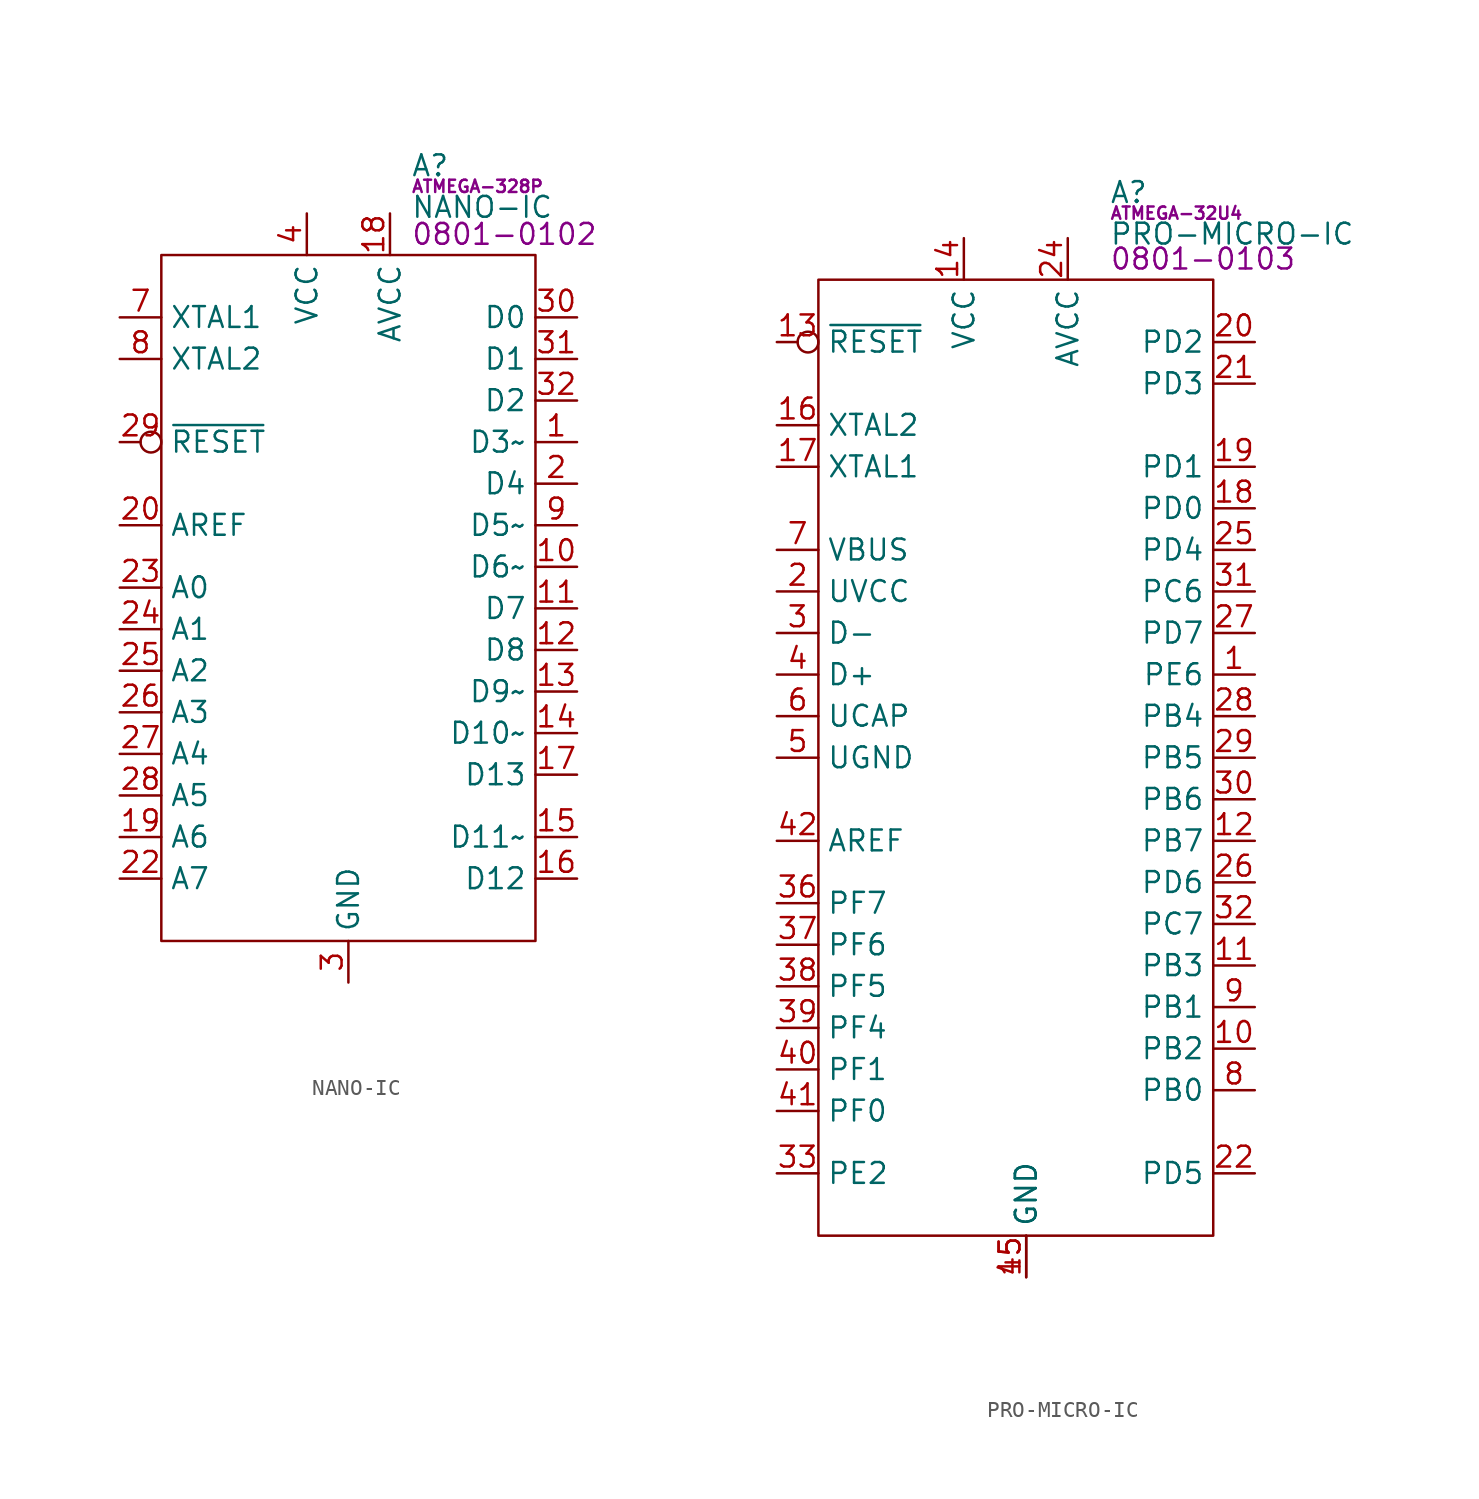
<source format=kicad_sym>
(kicad_symbol_lib
  (version 20211014)
  (generator kicad_symbol_editor)
  (symbol "NANO-IC"
    (property "Reference" "A"
      (at 15.24 5.461 0)
      (effects (font (size 1.27 1.27)) (justify left)))
    (property "Value" "NANO-IC"
      (at 15.24 2.921 0)
      (effects (font (size 1.27 1.27)) (justify left)))
    (property "IC" "ATMEGA-328P"
      (at 15.24 4.191 0)
      (effects (font (size 0.75 0.75)) (justify left)))
    (property "PartNumber" "0801-0102"
      (at 15.24 1.27 0)
      (effects (font (size 1.27 1.27)) (justify left)))
    (symbol "NANO-IC_0_0"
      (pin bidirectional line (at 25.4 -11.43 180) (length 2.54) (name "D3~" (effects (font (size 1.27 1.27)))) (number "1" (effects (font (size 1.27 1.27)))) (alternate "INT1" input line) (alternate "OC2B" bidirectional line) (alternate "PCINT19" input line) (alternate "PD3" bidirectional line))
      (pin bidirectional line (at 25.4 -19.05 180) (length 2.54) (name "D6~" (effects (font (size 1.27 1.27)))) (number "10" (effects (font (size 1.27 1.27)))) (alternate "AIN0" input line) (alternate "OC0A" input line) (alternate "PCINT22" input line) (alternate "PD6" bidirectional line))
      (pin bidirectional line (at 25.4 -21.59 180) (length 2.54) (name "D7" (effects (font (size 1.27 1.27)))) (number "11" (effects (font (size 1.27 1.27)))) (alternate "AIN1" input line) (alternate "PCINT23" input line) (alternate "PD7" bidirectional line))
      (pin bidirectional line (at 25.4 -24.13 180) (length 2.54) (name "D8" (effects (font (size 1.27 1.27)))) (number "12" (effects (font (size 1.27 1.27)))) (alternate "CLKO" bidirectional line) (alternate "ICP1" input line) (alternate "PB0" output line) (alternate "PCINT0" input line))
      (pin bidirectional line (at 25.4 -26.67 180) (length 2.54) (name "D9~" (effects (font (size 1.27 1.27)))) (number "13" (effects (font (size 1.27 1.27)))) (alternate "OC1A" input line) (alternate "PB1" bidirectional line) (alternate "PCINT1" input line))
      (pin bidirectional line (at 25.4 -29.21 180) (length 2.54) (name "D10~" (effects (font (size 1.27 1.27)))) (number "14" (effects (font (size 1.27 1.27)))) (alternate "OC1B" input line) (alternate "PB2" bidirectional line) (alternate "PCINT2" input line) (alternate "~{SS}" output line))
      (pin bidirectional line (at 25.4 -35.56 180) (length 2.54) (name "D11~" (effects (font (size 1.27 1.27)))) (number "15" (effects (font (size 1.27 1.27)))) (alternate "OC2A" input line) (alternate "PB3" bidirectional line) (alternate "PCINT3" input line) (alternate "SPI-COPI" output line))
      (pin bidirectional line (at 25.4 -38.1 180) (length 2.54) (name "D12" (effects (font (size 1.27 1.27)))) (number "16" (effects (font (size 1.27 1.27)))) (alternate "PB4" bidirectional line) (alternate "PCINT4" input line) (alternate "SPI-CIPO" input line))
      (pin bidirectional line (at 25.4 -31.75 180) (length 2.54) (name "D13" (effects (font (size 1.27 1.27)))) (number "17" (effects (font (size 1.27 1.27)))) (alternate "PB5" bidirectional line) (alternate "PCINT5" input line) (alternate "SPI-SCLK" output line))
      (pin power_in line (at 13.97 2.54 270) (length 2.54) (name "AVCC" (effects (font (size 1.27 1.27)))) (number "18" (effects (font (size 1.27 1.27)))))
      (pin input line (at -2.54 -35.56 0) (length 2.54) (name "A6" (effects (font (size 1.27 1.27)))) (number "19" (effects (font (size 1.27 1.27)))) (alternate "ADC6" input line))
      (pin bidirectional line (at 25.4 -13.97 180) (length 2.54) (name "D4" (effects (font (size 1.27 1.27)))) (number "2" (effects (font (size 1.27 1.27)))) (alternate "PCINT20" input line) (alternate "PD4" bidirectional line) (alternate "T0" bidirectional line) (alternate "XCK" input line))
      (pin input line (at -2.54 -16.51 0) (length 2.54) (name "AREF" (effects (font (size 1.27 1.27)))) (number "20" (effects (font (size 1.27 1.27)))))
      (pin power_in line (at 11.43 -44.45 90) (length 2.54) hide (name "GND" (effects (font (size 1.27 1.27)))) (number "21" (effects (font (size 1.27 1.27)))))
      (pin input line (at -2.54 -38.1 0) (length 2.54) (name "A7" (effects (font (size 1.27 1.27)))) (number "22" (effects (font (size 1.27 1.27)))) (alternate "ADC7" input line))
      (pin input line (at -2.54 -20.32 0) (length 2.54) (name "A0" (effects (font (size 1.27 1.27)))) (number "23" (effects (font (size 1.27 1.27)))) (alternate "D14" bidirectional line) (alternate "PC0" bidirectional line) (alternate "PCINT9" input line))
      (pin input line (at -2.54 -22.86 0) (length 2.54) (name "A1" (effects (font (size 1.27 1.27)))) (number "24" (effects (font (size 1.27 1.27)))) (alternate "D15" bidirectional line) (alternate "PC1" bidirectional line) (alternate "PCINT9" input line))
      (pin input line (at -2.54 -25.4 0) (length 2.54) (name "A2" (effects (font (size 1.27 1.27)))) (number "25" (effects (font (size 1.27 1.27)))) (alternate "D16" bidirectional line) (alternate "PC2" bidirectional line) (alternate "PCINT10" input line))
      (pin input line (at -2.54 -27.94 0) (length 2.54) (name "A3" (effects (font (size 1.27 1.27)))) (number "26" (effects (font (size 1.27 1.27)))) (alternate "D17" bidirectional line) (alternate "PC3" bidirectional line) (alternate "PCINT11" input line))
      (pin input line (at -2.54 -30.48 0) (length 2.54) (name "A4" (effects (font (size 1.27 1.27)))) (number "27" (effects (font (size 1.27 1.27)))) (alternate "D18" bidirectional line) (alternate "I2C-SDA" bidirectional line) (alternate "PC4" bidirectional line) (alternate "PCINT12" input line))
      (pin input line (at -2.54 -33.02 0) (length 2.54) (name "A5" (effects (font (size 1.27 1.27)))) (number "28" (effects (font (size 1.27 1.27)))) (alternate "D19" bidirectional line) (alternate "I2C-SCLK" input line) (alternate "PC5" bidirectional line) (alternate "PCINT13" input line))
      (pin input inverted (at -2.54 -11.43 0) (length 2.54) (name "~{RESET}" (effects (font (size 1.27 1.27)))) (number "29" (effects (font (size 1.27 1.27)))) (alternate "PC6" bidirectional line) (alternate "PCINT14" input line))
      (pin power_in line (at 11.43 -44.45 90) (length 2.54) (name "GND" (effects (font (size 1.27 1.27)))) (number "3" (effects (font (size 1.27 1.27)))))
      (pin bidirectional line (at 25.4 -3.81 180) (length 2.54) (name "D0" (effects (font (size 1.27 1.27)))) (number "30" (effects (font (size 1.27 1.27)))) (alternate "PCINT16" input line) (alternate "PD0" bidirectional line) (alternate "RXD" input line))
      (pin bidirectional line (at 25.4 -6.35 180) (length 2.54) (name "D1" (effects (font (size 1.27 1.27)))) (number "31" (effects (font (size 1.27 1.27)))) (alternate "PCINT17" input line) (alternate "PD1" bidirectional line) (alternate "TXD" output line))
      (pin bidirectional line (at 25.4 -8.89 180) (length 2.54) (name "D2" (effects (font (size 1.27 1.27)))) (number "32" (effects (font (size 1.27 1.27)))) (alternate "INT0" input line) (alternate "PCINT18" input line) (alternate "PD2" bidirectional line))
      (pin power_in line (at 8.89 2.54 270) (length 2.54) (name "VCC" (effects (font (size 1.27 1.27)))) (number "4" (effects (font (size 1.27 1.27)))))
      (pin power_in line (at 11.43 -44.45 90) (length 2.54) hide (name "GND" (effects (font (size 1.27 1.27)))) (number "5" (effects (font (size 1.27 1.27)))))
      (pin power_in line (at 8.89 2.54 270) (length 2.54) hide (name "VCC" (effects (font (size 1.27 1.27)))) (number "6" (effects (font (size 1.27 1.27)))))
      (pin input line (at -2.54 -3.81 0) (length 2.54) (name "XTAL1" (effects (font (size 1.27 1.27)))) (number "7" (effects (font (size 1.27 1.27)))))
      (pin input line (at -2.54 -6.35 0) (length 2.54) (name "XTAL2" (effects (font (size 1.27 1.27)))) (number "8" (effects (font (size 1.27 1.27)))))
      (pin bidirectional line (at 25.4 -16.51 180) (length 2.54) (name "D5~" (effects (font (size 1.27 1.27)))) (number "9" (effects (font (size 1.27 1.27)))) (alternate "OC0B" input line) (alternate "PCINT21" input line) (alternate "PD5" bidirectional line) (alternate "T1" bidirectional line)))
    (symbol "NANO-IC_0_1"
      (rectangle (start 0 0) (end 22.86 -41.91) (stroke (width 0) (type default) (color 0 0 0 0)) (fill (type none)))))
  (symbol "PRO-MICRO-IC"
    (property "Reference" "A"
      (at 17.78 5.334 0)
      (effects (font (size 1.27 1.27)) (justify left)))
    (property "Value" "PRO-MICRO-IC"
      (at 17.78 2.794 0)
      (effects (font (size 1.27 1.27)) (justify left)))
    (property "IC" "ATMEGA-32U4"
      (at 17.78 4.064 0)
      (effects (font (size 0.75 0.75)) (justify left)))
    (property "PartNumber" "0801-0103"
      (at 17.78 1.27 0)
      (effects (font (size 1.27 1.27)) (justify left)))
    (symbol "PRO-MICRO-IC_0_0"
      (pin bidirectional line (at 26.67 -24.13 180) (length 2.54) (name "PE6" (effects (font (size 1.27 1.27)))) (number "1" (effects (font (size 1.27 1.27)))) (alternate "AIN0" input line) (alternate "D7" bidirectional line) (alternate "INT6" input line))
      (pin bidirectional line (at 26.67 -46.99 180) (length 2.54) (name "PB2" (effects (font (size 1.27 1.27)))) (number "10" (effects (font (size 1.27 1.27)))) (alternate "D16" bidirectional line) (alternate "PCINT2" input line) (alternate "PDI" input line) (alternate "SPI-COPI" output line))
      (pin bidirectional line (at 26.67 -41.91 180) (length 2.54) (name "PB3" (effects (font (size 1.27 1.27)))) (number "11" (effects (font (size 1.27 1.27)))) (alternate "D14" bidirectional line) (alternate "PCINT3" bidirectional line) (alternate "PDO" output line) (alternate "SPI-CIPO" input line))
      (pin bidirectional line (at 26.67 -34.29 180) (length 2.54) (name "PB7" (effects (font (size 1.27 1.27)))) (number "12" (effects (font (size 1.27 1.27)))) (alternate "D11~" bidirectional line) (alternate "OC0A" input line) (alternate "PCINT7" input line) (alternate "~{RTS}" bidirectional line))
      (pin input inverted (at -2.54 -3.81 0) (length 2.54) (name "~{RESET}" (effects (font (size 1.27 1.27)))) (number "13" (effects (font (size 1.27 1.27)))))
      (pin power_in line (at 8.89 2.54 270) (length 2.54) (name "VCC" (effects (font (size 1.27 1.27)))) (number "14" (effects (font (size 1.27 1.27)))))
      (pin power_in line (at 12.7 -60.96 90) (length 2.54) (name "GND" (effects (font (size 1.27 1.27)))) (number "15" (effects (font (size 1.27 1.27)))))
      (pin input line (at -2.54 -8.89 0) (length 2.54) (name "XTAL2" (effects (font (size 1.27 1.27)))) (number "16" (effects (font (size 1.27 1.27)))))
      (pin input line (at -2.54 -11.43 0) (length 2.54) (name "XTAL1" (effects (font (size 1.27 1.27)))) (number "17" (effects (font (size 1.27 1.27)))))
      (pin bidirectional line (at 26.67 -13.97 180) (length 2.54) (name "PD0" (effects (font (size 1.27 1.27)))) (number "18" (effects (font (size 1.27 1.27)))) (alternate "D3~" bidirectional line) (alternate "I2C-SCLK" bidirectional line) (alternate "INT0" input line) (alternate "OC0B" input line))
      (pin bidirectional line (at 26.67 -11.43 180) (length 2.54) (name "PD1" (effects (font (size 1.27 1.27)))) (number "19" (effects (font (size 1.27 1.27)))) (alternate "D2" bidirectional line) (alternate "I2C-SDA" bidirectional line) (alternate "INT1" input line))
      (pin power_in line (at -2.54 -19.05 0) (length 2.54) (name "UVCC" (effects (font (size 1.27 1.27)))) (number "2" (effects (font (size 1.27 1.27)))))
      (pin bidirectional line (at 26.67 -3.81 180) (length 2.54) (name "PD2" (effects (font (size 1.27 1.27)))) (number "20" (effects (font (size 1.27 1.27)))) (alternate "D0" bidirectional line) (alternate "INT2" input line) (alternate "RXD" input line))
      (pin bidirectional line (at 26.67 -6.35 180) (length 2.54) (name "PD3" (effects (font (size 1.27 1.27)))) (number "21" (effects (font (size 1.27 1.27)))) (alternate "D1" bidirectional line) (alternate "INT3" input line) (alternate "TXD" output line))
      (pin bidirectional line (at 26.67 -54.61 180) (length 2.54) (name "PD5" (effects (font (size 1.27 1.27)))) (number "22" (effects (font (size 1.27 1.27)))) (alternate "D30" bidirectional line) (alternate "XCK1" input line) (alternate "~{CTS}" bidirectional line))
      (pin power_in line (at 12.7 -60.96 90) (length 2.54) hide (name "GND" (effects (font (size 1.27 1.27)))) (number "23" (effects (font (size 1.27 1.27)))))
      (pin power_in line (at 15.24 2.54 270) (length 2.54) (name "AVCC" (effects (font (size 1.27 1.27)))) (number "24" (effects (font (size 1.27 1.27)))))
      (pin bidirectional line (at 26.67 -16.51 180) (length 2.54) (name "PD4" (effects (font (size 1.27 1.27)))) (number "25" (effects (font (size 1.27 1.27)))) (alternate "A6" input line) (alternate "D4" bidirectional line) (alternate "ICP1" input line))
      (pin bidirectional line (at 26.67 -36.83 180) (length 2.54) (name "PD6" (effects (font (size 1.27 1.27)))) (number "26" (effects (font (size 1.27 1.27)))) (alternate "?A10?" input line) (alternate "D12" bidirectional line) (alternate "T1" input line) (alternate "~{OC4D}" input line))
      (pin bidirectional line (at 26.67 -21.59 180) (length 2.54) (name "PD7" (effects (font (size 1.27 1.27)))) (number "27" (effects (font (size 1.27 1.27)))) (alternate "A7" input line) (alternate "D6~" bidirectional line) (alternate "OC4D" input line) (alternate "T0" input line))
      (pin bidirectional line (at 26.67 -26.67 180) (length 2.54) (name "PB4" (effects (font (size 1.27 1.27)))) (number "28" (effects (font (size 1.27 1.27)))) (alternate "A8" input line) (alternate "D8" bidirectional line) (alternate "PCINT4" input line))
      (pin bidirectional line (at 26.67 -29.21 180) (length 2.54) (name "PB5" (effects (font (size 1.27 1.27)))) (number "29" (effects (font (size 1.27 1.27)))) (alternate "A9" input line) (alternate "D9~" bidirectional line) (alternate "OC1A" input line) (alternate "PCINT5" input line) (alternate "~{OC4B}" input line))
      (pin bidirectional line (at -2.54 -21.59 0) (length 2.54) (name "D-" (effects (font (size 1.27 1.27)))) (number "3" (effects (font (size 1.27 1.27)))))
      (pin bidirectional line (at 26.67 -31.75 180) (length 2.54) (name "PB6" (effects (font (size 1.27 1.27)))) (number "30" (effects (font (size 1.27 1.27)))) (alternate "A10" input line) (alternate "D10~" bidirectional line) (alternate "OC1B" input line) (alternate "OC4B" input line) (alternate "PCINT6" input line))
      (pin bidirectional line (at 26.67 -19.05 180) (length 2.54) (name "PC6" (effects (font (size 1.27 1.27)))) (number "31" (effects (font (size 1.27 1.27)))) (alternate "D5~" bidirectional line) (alternate "OC3A" input line) (alternate "~{OC4A}" input line))
      (pin bidirectional line (at 26.67 -39.37 180) (length 2.54) (name "PC7" (effects (font (size 1.27 1.27)))) (number "32" (effects (font (size 1.27 1.27)))) (alternate "CLK0" input line) (alternate "D13~" bidirectional line) (alternate "ICP3" input line) (alternate "OC4A" input line))
      (pin power_in line (at 8.89 2.54 270) (length 2.54) hide (name "VCC" (effects (font (size 1.27 1.27)))) (number "34" (effects (font (size 1.27 1.27)))))
      (pin power_in line (at 12.7 -60.96 90) (length 2.54) hide (name "GND" (effects (font (size 1.27 1.27)))) (number "35" (effects (font (size 1.27 1.27)))))
      (pin bidirectional line (at -2.54 -38.1 0) (length 2.54) (name "PF7" (effects (font (size 1.27 1.27)))) (number "36" (effects (font (size 1.27 1.27)))) (alternate "A0" input line) (alternate "TDI" input line))
      (pin bidirectional line (at -2.54 -40.64 0) (length 2.54) (name "PF6" (effects (font (size 1.27 1.27)))) (number "37" (effects (font (size 1.27 1.27)))) (alternate "A1" input line) (alternate "TDO" output line))
      (pin bidirectional line (at -2.54 -43.18 0) (length 2.54) (name "PF5" (effects (font (size 1.27 1.27)))) (number "38" (effects (font (size 1.27 1.27)))) (alternate "A2" input line) (alternate "TMS" bidirectional line))
      (pin bidirectional line (at -2.54 -45.72 0) (length 2.54) (name "PF4" (effects (font (size 1.27 1.27)))) (number "39" (effects (font (size 1.27 1.27)))) (alternate "A3" input line) (alternate "TCK" bidirectional line))
      (pin bidirectional line (at -2.54 -24.13 0) (length 2.54) (name "D+" (effects (font (size 1.27 1.27)))) (number "4" (effects (font (size 1.27 1.27)))))
      (pin bidirectional line (at -2.54 -48.26 0) (length 2.54) (name "PF1" (effects (font (size 1.27 1.27)))) (number "40" (effects (font (size 1.27 1.27)))) (alternate "A4" input line))
      (pin bidirectional line (at -2.54 -50.8 0) (length 2.54) (name "PF0" (effects (font (size 1.27 1.27)))) (number "41" (effects (font (size 1.27 1.27)))) (alternate "A5" input line))
      (pin input line (at -2.54 -34.29 0) (length 2.54) (name "AREF" (effects (font (size 1.27 1.27)))) (number "42" (effects (font (size 1.27 1.27)))))
      (pin power_in line (at 12.7 -60.96 90) (length 2.54) hide (name "GND" (effects (font (size 1.27 1.27)))) (number "43" (effects (font (size 1.27 1.27)))))
      (pin power_in line (at 15.24 2.54 270) (length 2.54) hide (name "AVCC" (effects (font (size 1.27 1.27)))) (number "44" (effects (font (size 1.27 1.27)))))
      (pin power_in line (at 12.7 -60.96 90) (length 2.54) (name "GND" (effects (font (size 1.27 1.27)))) (number "45" (effects (font (size 1.27 1.27)))))
      (pin power_in line (at -2.54 -29.21 0) (length 2.54) (name "UGND" (effects (font (size 1.27 1.27)))) (number "5" (effects (font (size 1.27 1.27)))))
      (pin power_out line (at -2.54 -26.67 0) (length 2.54) (name "UCAP" (effects (font (size 1.27 1.27)))) (number "6" (effects (font (size 1.27 1.27)))))
      (pin input line (at -2.54 -16.51 0) (length 2.54) (name "VBUS" (effects (font (size 1.27 1.27)))) (number "7" (effects (font (size 1.27 1.27)))))
      (pin bidirectional line (at 26.67 -49.53 180) (length 2.54) (name "PB0" (effects (font (size 1.27 1.27)))) (number "8" (effects (font (size 1.27 1.27)))) (alternate "D17" bidirectional line) (alternate "PCINT0" input line) (alternate "SPI-SS" output line))
      (pin bidirectional line (at 26.67 -44.45 180) (length 2.54) (name "PB1" (effects (font (size 1.27 1.27)))) (number "9" (effects (font (size 1.27 1.27)))) (alternate "D15" bidirectional line) (alternate "PCINT1" input line) (alternate "SPI-SCLK" output line)))
    (symbol "PRO-MICRO-IC_0_1"
      (rectangle (start 0 0) (end 24.13 -58.42) (stroke (width 0) (type default) (color 0 0 0 0)) (fill (type none)))
      (pin unspecified line (at -2.54 -54.61 0) (length 2.54) (name "PE2" (effects (font (size 1.27 1.27)))) (number "33" (effects (font (size 1.27 1.27)))) (alternate "~{HWB}" unspecified line)))))
</source>
